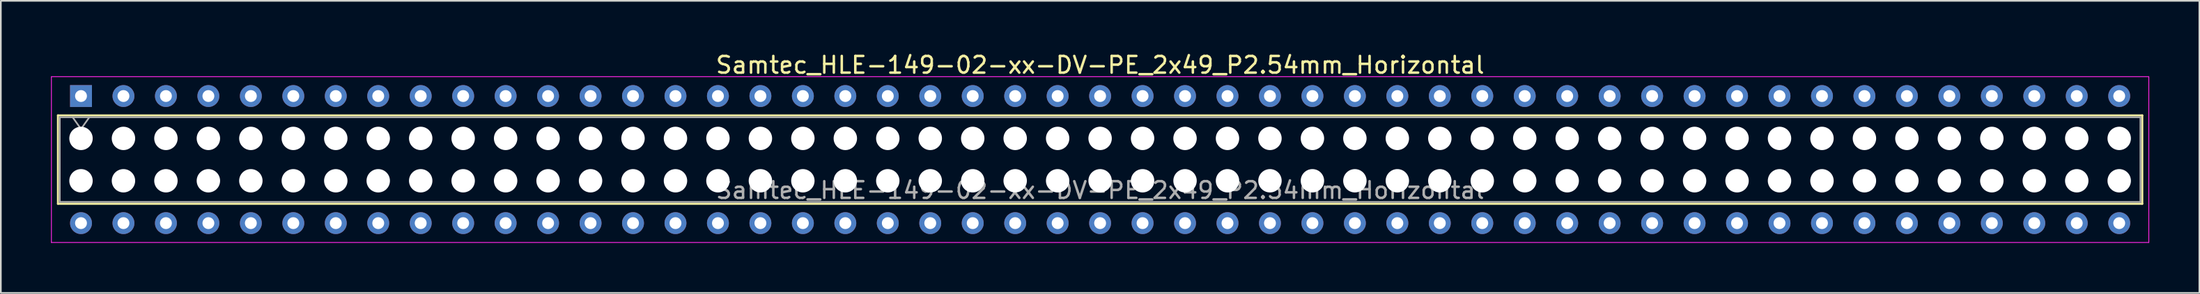
<source format=kicad_pcb>
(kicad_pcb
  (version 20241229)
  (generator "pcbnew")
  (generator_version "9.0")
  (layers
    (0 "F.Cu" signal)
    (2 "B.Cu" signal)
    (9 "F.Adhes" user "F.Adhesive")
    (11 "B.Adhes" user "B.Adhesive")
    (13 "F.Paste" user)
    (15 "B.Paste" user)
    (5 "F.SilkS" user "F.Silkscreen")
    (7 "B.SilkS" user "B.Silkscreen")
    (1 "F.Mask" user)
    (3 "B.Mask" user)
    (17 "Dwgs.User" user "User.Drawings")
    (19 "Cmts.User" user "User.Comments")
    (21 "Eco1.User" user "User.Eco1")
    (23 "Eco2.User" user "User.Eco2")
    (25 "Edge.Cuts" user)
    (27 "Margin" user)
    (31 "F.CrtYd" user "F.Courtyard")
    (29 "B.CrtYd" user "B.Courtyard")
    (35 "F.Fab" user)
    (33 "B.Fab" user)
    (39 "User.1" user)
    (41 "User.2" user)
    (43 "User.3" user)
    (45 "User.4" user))
  (footprint "Samtec_HLE-149-02-xx-DV-PE_2x49_P2.54mm_Horizontal"
    (layer "F.Cu")
    (at 1.795 2.708)
    (property "Reference" "Samtec_HLE-149-02-xx-DV-PE_2x49_P2.54mm_Horizontal" (at 60.96 -1.86 0) (layer "F.SilkS") (effects (font (size 1 1) (thickness 0.15))))
    (attr through_hole)
    (fp_line (start -1.38 1.16) (end 123.3 1.16) (stroke (width 0.12) (type solid)) (layer "F.SilkS"))
    (fp_line (start -1.38 6.46) (end -1.38 1.16) (stroke (width 0.12) (type solid)) (layer "F.SilkS"))
    (fp_line (start 123.3 1.16) (end 123.3 6.46) (stroke (width 0.12) (type solid)) (layer "F.SilkS"))
    (fp_line (start 123.3 6.46) (end -1.38 6.46) (stroke (width 0.12) (type solid)) (layer "F.SilkS"))
    (fp_line (start -1.77 -1.16) (end 123.69 -1.16) (stroke (width 0.05) (type solid)) (layer "F.CrtYd"))
    (fp_line (start -1.77 8.78) (end -1.77 -1.16) (stroke (width 0.05) (type solid)) (layer "F.CrtYd"))
    (fp_line (start 123.69 -1.16) (end 123.69 8.78) (stroke (width 0.05) (type solid)) (layer "F.CrtYd"))
    (fp_line (start 123.69 8.78) (end -1.77 8.78) (stroke (width 0.05) (type solid)) (layer "F.CrtYd"))
    (fp_line (start -1.27 1.27) (end 123.19 1.27) (stroke (width 0.1) (type solid)) (layer "F.Fab"))
    (fp_line (start -1.27 6.35) (end -1.27 1.27) (stroke (width 0.1) (type solid)) (layer "F.Fab"))
    (fp_line (start -0.5 1.27) (end 0 1.977) (stroke (width 0.1) (type solid)) (layer "F.Fab"))
    (fp_line (start 0 1.977) (end 0.5 1.27) (stroke (width 0.1) (type solid)) (layer "F.Fab"))
    (fp_line (start 123.19 1.27) (end 123.19 6.35) (stroke (width 0.1) (type solid)) (layer "F.Fab"))
    (fp_line (start 123.19 6.35) (end -1.27 6.35) (stroke (width 0.1) (type solid)) (layer "F.Fab"))
    (fp_text user "${REFERENCE}" (at 60.96 5.65 0) (layer "F.Fab") (effects (font (size 1 1) (thickness 0.15))))
    (pad "" np_thru_hole circle (at 0 2.54) (size 1.4 1.4) (drill 1.4) (layers "*.Cu" "*.Mask"))
    (pad "" np_thru_hole circle (at 0 5.08) (size 1.4 1.4) (drill 1.4) (layers "*.Cu" "*.Mask"))
    (pad "" np_thru_hole circle (at 2.54 2.54) (size 1.4 1.4) (drill 1.4) (layers "*.Cu" "*.Mask"))
    (pad "" np_thru_hole circle (at 2.54 5.08) (size 1.4 1.4) (drill 1.4) (layers "*.Cu" "*.Mask"))
    (pad "" np_thru_hole circle (at 5.08 2.54) (size 1.4 1.4) (drill 1.4) (layers "*.Cu" "*.Mask"))
    (pad "" np_thru_hole circle (at 5.08 5.08) (size 1.4 1.4) (drill 1.4) (layers "*.Cu" "*.Mask"))
    (pad "" np_thru_hole circle (at 7.62 2.54) (size 1.4 1.4) (drill 1.4) (layers "*.Cu" "*.Mask"))
    (pad "" np_thru_hole circle (at 7.62 5.08) (size 1.4 1.4) (drill 1.4) (layers "*.Cu" "*.Mask"))
    (pad "" np_thru_hole circle (at 10.16 2.54) (size 1.4 1.4) (drill 1.4) (layers "*.Cu" "*.Mask"))
    (pad "" np_thru_hole circle (at 10.16 5.08) (size 1.4 1.4) (drill 1.4) (layers "*.Cu" "*.Mask"))
    (pad "" np_thru_hole circle (at 12.7 2.54) (size 1.4 1.4) (drill 1.4) (layers "*.Cu" "*.Mask"))
    (pad "" np_thru_hole circle (at 12.7 5.08) (size 1.4 1.4) (drill 1.4) (layers "*.Cu" "*.Mask"))
    (pad "" np_thru_hole circle (at 15.24 2.54) (size 1.4 1.4) (drill 1.4) (layers "*.Cu" "*.Mask"))
    (pad "" np_thru_hole circle (at 15.24 5.08) (size 1.4 1.4) (drill 1.4) (layers "*.Cu" "*.Mask"))
    (pad "" np_thru_hole circle (at 17.78 2.54) (size 1.4 1.4) (drill 1.4) (layers "*.Cu" "*.Mask"))
    (pad "" np_thru_hole circle (at 17.78 5.08) (size 1.4 1.4) (drill 1.4) (layers "*.Cu" "*.Mask"))
    (pad "" np_thru_hole circle (at 20.32 2.54) (size 1.4 1.4) (drill 1.4) (layers "*.Cu" "*.Mask"))
    (pad "" np_thru_hole circle (at 20.32 5.08) (size 1.4 1.4) (drill 1.4) (layers "*.Cu" "*.Mask"))
    (pad "" np_thru_hole circle (at 22.86 2.54) (size 1.4 1.4) (drill 1.4) (layers "*.Cu" "*.Mask"))
    (pad "" np_thru_hole circle (at 22.86 5.08) (size 1.4 1.4) (drill 1.4) (layers "*.Cu" "*.Mask"))
    (pad "" np_thru_hole circle (at 25.4 2.54) (size 1.4 1.4) (drill 1.4) (layers "*.Cu" "*.Mask"))
    (pad "" np_thru_hole circle (at 25.4 5.08) (size 1.4 1.4) (drill 1.4) (layers "*.Cu" "*.Mask"))
    (pad "" np_thru_hole circle (at 27.94 2.54) (size 1.4 1.4) (drill 1.4) (layers "*.Cu" "*.Mask"))
    (pad "" np_thru_hole circle (at 27.94 5.08) (size 1.4 1.4) (drill 1.4) (layers "*.Cu" "*.Mask"))
    (pad "" np_thru_hole circle (at 30.48 2.54) (size 1.4 1.4) (drill 1.4) (layers "*.Cu" "*.Mask"))
    (pad "" np_thru_hole circle (at 30.48 5.08) (size 1.4 1.4) (drill 1.4) (layers "*.Cu" "*.Mask"))
    (pad "" np_thru_hole circle (at 33.02 2.54) (size 1.4 1.4) (drill 1.4) (layers "*.Cu" "*.Mask"))
    (pad "" np_thru_hole circle (at 33.02 5.08) (size 1.4 1.4) (drill 1.4) (layers "*.Cu" "*.Mask"))
    (pad "" np_thru_hole circle (at 35.56 2.54) (size 1.4 1.4) (drill 1.4) (layers "*.Cu" "*.Mask"))
    (pad "" np_thru_hole circle (at 35.56 5.08) (size 1.4 1.4) (drill 1.4) (layers "*.Cu" "*.Mask"))
    (pad "" np_thru_hole circle (at 38.1 2.54) (size 1.4 1.4) (drill 1.4) (layers "*.Cu" "*.Mask"))
    (pad "" np_thru_hole circle (at 38.1 5.08) (size 1.4 1.4) (drill 1.4) (layers "*.Cu" "*.Mask"))
    (pad "" np_thru_hole circle (at 40.64 2.54) (size 1.4 1.4) (drill 1.4) (layers "*.Cu" "*.Mask"))
    (pad "" np_thru_hole circle (at 40.64 5.08) (size 1.4 1.4) (drill 1.4) (layers "*.Cu" "*.Mask"))
    (pad "" np_thru_hole circle (at 43.18 2.54) (size 1.4 1.4) (drill 1.4) (layers "*.Cu" "*.Mask"))
    (pad "" np_thru_hole circle (at 43.18 5.08) (size 1.4 1.4) (drill 1.4) (layers "*.Cu" "*.Mask"))
    (pad "" np_thru_hole circle (at 45.72 2.54) (size 1.4 1.4) (drill 1.4) (layers "*.Cu" "*.Mask"))
    (pad "" np_thru_hole circle (at 45.72 5.08) (size 1.4 1.4) (drill 1.4) (layers "*.Cu" "*.Mask"))
    (pad "" np_thru_hole circle (at 48.26 2.54) (size 1.4 1.4) (drill 1.4) (layers "*.Cu" "*.Mask"))
    (pad "" np_thru_hole circle (at 48.26 5.08) (size 1.4 1.4) (drill 1.4) (layers "*.Cu" "*.Mask"))
    (pad "" np_thru_hole circle (at 50.8 2.54) (size 1.4 1.4) (drill 1.4) (layers "*.Cu" "*.Mask"))
    (pad "" np_thru_hole circle (at 50.8 5.08) (size 1.4 1.4) (drill 1.4) (layers "*.Cu" "*.Mask"))
    (pad "" np_thru_hole circle (at 53.34 2.54) (size 1.4 1.4) (drill 1.4) (layers "*.Cu" "*.Mask"))
    (pad "" np_thru_hole circle (at 53.34 5.08) (size 1.4 1.4) (drill 1.4) (layers "*.Cu" "*.Mask"))
    (pad "" np_thru_hole circle (at 55.88 2.54) (size 1.4 1.4) (drill 1.4) (layers "*.Cu" "*.Mask"))
    (pad "" np_thru_hole circle (at 55.88 5.08) (size 1.4 1.4) (drill 1.4) (layers "*.Cu" "*.Mask"))
    (pad "" np_thru_hole circle (at 58.42 2.54) (size 1.4 1.4) (drill 1.4) (layers "*.Cu" "*.Mask"))
    (pad "" np_thru_hole circle (at 58.42 5.08) (size 1.4 1.4) (drill 1.4) (layers "*.Cu" "*.Mask"))
    (pad "" np_thru_hole circle (at 60.96 2.54) (size 1.4 1.4) (drill 1.4) (layers "*.Cu" "*.Mask"))
    (pad "" np_thru_hole circle (at 60.96 5.08) (size 1.4 1.4) (drill 1.4) (layers "*.Cu" "*.Mask"))
    (pad "" np_thru_hole circle (at 63.5 2.54) (size 1.4 1.4) (drill 1.4) (layers "*.Cu" "*.Mask"))
    (pad "" np_thru_hole circle (at 63.5 5.08) (size 1.4 1.4) (drill 1.4) (layers "*.Cu" "*.Mask"))
    (pad "" np_thru_hole circle (at 66.04 2.54) (size 1.4 1.4) (drill 1.4) (layers "*.Cu" "*.Mask"))
    (pad "" np_thru_hole circle (at 66.04 5.08) (size 1.4 1.4) (drill 1.4) (layers "*.Cu" "*.Mask"))
    (pad "" np_thru_hole circle (at 68.58 2.54) (size 1.4 1.4) (drill 1.4) (layers "*.Cu" "*.Mask"))
    (pad "" np_thru_hole circle (at 68.58 5.08) (size 1.4 1.4) (drill 1.4) (layers "*.Cu" "*.Mask"))
    (pad "" np_thru_hole circle (at 71.12 2.54) (size 1.4 1.4) (drill 1.4) (layers "*.Cu" "*.Mask"))
    (pad "" np_thru_hole circle (at 71.12 5.08) (size 1.4 1.4) (drill 1.4) (layers "*.Cu" "*.Mask"))
    (pad "" np_thru_hole circle (at 73.66 2.54) (size 1.4 1.4) (drill 1.4) (layers "*.Cu" "*.Mask"))
    (pad "" np_thru_hole circle (at 73.66 5.08) (size 1.4 1.4) (drill 1.4) (layers "*.Cu" "*.Mask"))
    (pad "" np_thru_hole circle (at 76.2 2.54) (size 1.4 1.4) (drill 1.4) (layers "*.Cu" "*.Mask"))
    (pad "" np_thru_hole circle (at 76.2 5.08) (size 1.4 1.4) (drill 1.4) (layers "*.Cu" "*.Mask"))
    (pad "" np_thru_hole circle (at 78.74 2.54) (size 1.4 1.4) (drill 1.4) (layers "*.Cu" "*.Mask"))
    (pad "" np_thru_hole circle (at 78.74 5.08) (size 1.4 1.4) (drill 1.4) (layers "*.Cu" "*.Mask"))
    (pad "" np_thru_hole circle (at 81.28 2.54) (size 1.4 1.4) (drill 1.4) (layers "*.Cu" "*.Mask"))
    (pad "" np_thru_hole circle (at 81.28 5.08) (size 1.4 1.4) (drill 1.4) (layers "*.Cu" "*.Mask"))
    (pad "" np_thru_hole circle (at 83.82 2.54) (size 1.4 1.4) (drill 1.4) (layers "*.Cu" "*.Mask"))
    (pad "" np_thru_hole circle (at 83.82 5.08) (size 1.4 1.4) (drill 1.4) (layers "*.Cu" "*.Mask"))
    (pad "" np_thru_hole circle (at 86.36 2.54) (size 1.4 1.4) (drill 1.4) (layers "*.Cu" "*.Mask"))
    (pad "" np_thru_hole circle (at 86.36 5.08) (size 1.4 1.4) (drill 1.4) (layers "*.Cu" "*.Mask"))
    (pad "" np_thru_hole circle (at 88.9 2.54) (size 1.4 1.4) (drill 1.4) (layers "*.Cu" "*.Mask"))
    (pad "" np_thru_hole circle (at 88.9 5.08) (size 1.4 1.4) (drill 1.4) (layers "*.Cu" "*.Mask"))
    (pad "" np_thru_hole circle (at 91.44 2.54) (size 1.4 1.4) (drill 1.4) (layers "*.Cu" "*.Mask"))
    (pad "" np_thru_hole circle (at 91.44 5.08) (size 1.4 1.4) (drill 1.4) (layers "*.Cu" "*.Mask"))
    (pad "" np_thru_hole circle (at 93.98 2.54) (size 1.4 1.4) (drill 1.4) (layers "*.Cu" "*.Mask"))
    (pad "" np_thru_hole circle (at 93.98 5.08) (size 1.4 1.4) (drill 1.4) (layers "*.Cu" "*.Mask"))
    (pad "" np_thru_hole circle (at 96.52 2.54) (size 1.4 1.4) (drill 1.4) (layers "*.Cu" "*.Mask"))
    (pad "" np_thru_hole circle (at 96.52 5.08) (size 1.4 1.4) (drill 1.4) (layers "*.Cu" "*.Mask"))
    (pad "" np_thru_hole circle (at 99.06 2.54) (size 1.4 1.4) (drill 1.4) (layers "*.Cu" "*.Mask"))
    (pad "" np_thru_hole circle (at 99.06 5.08) (size 1.4 1.4) (drill 1.4) (layers "*.Cu" "*.Mask"))
    (pad "" np_thru_hole circle (at 101.6 2.54) (size 1.4 1.4) (drill 1.4) (layers "*.Cu" "*.Mask"))
    (pad "" np_thru_hole circle (at 101.6 5.08) (size 1.4 1.4) (drill 1.4) (layers "*.Cu" "*.Mask"))
    (pad "" np_thru_hole circle (at 104.14 2.54) (size 1.4 1.4) (drill 1.4) (layers "*.Cu" "*.Mask"))
    (pad "" np_thru_hole circle (at 104.14 5.08) (size 1.4 1.4) (drill 1.4) (layers "*.Cu" "*.Mask"))
    (pad "" np_thru_hole circle (at 106.68 2.54) (size 1.4 1.4) (drill 1.4) (layers "*.Cu" "*.Mask"))
    (pad "" np_thru_hole circle (at 106.68 5.08) (size 1.4 1.4) (drill 1.4) (layers "*.Cu" "*.Mask"))
    (pad "" np_thru_hole circle (at 109.22 2.54) (size 1.4 1.4) (drill 1.4) (layers "*.Cu" "*.Mask"))
    (pad "" np_thru_hole circle (at 109.22 5.08) (size 1.4 1.4) (drill 1.4) (layers "*.Cu" "*.Mask"))
    (pad "" np_thru_hole circle (at 111.76 2.54) (size 1.4 1.4) (drill 1.4) (layers "*.Cu" "*.Mask"))
    (pad "" np_thru_hole circle (at 111.76 5.08) (size 1.4 1.4) (drill 1.4) (layers "*.Cu" "*.Mask"))
    (pad "" np_thru_hole circle (at 114.3 2.54) (size 1.4 1.4) (drill 1.4) (layers "*.Cu" "*.Mask"))
    (pad "" np_thru_hole circle (at 114.3 5.08) (size 1.4 1.4) (drill 1.4) (layers "*.Cu" "*.Mask"))
    (pad "" np_thru_hole circle (at 116.84 2.54) (size 1.4 1.4) (drill 1.4) (layers "*.Cu" "*.Mask"))
    (pad "" np_thru_hole circle (at 116.84 5.08) (size 1.4 1.4) (drill 1.4) (layers "*.Cu" "*.Mask"))
    (pad "" np_thru_hole circle (at 119.38 2.54) (size 1.4 1.4) (drill 1.4) (layers "*.Cu" "*.Mask"))
    (pad "" np_thru_hole circle (at 119.38 5.08) (size 1.4 1.4) (drill 1.4) (layers "*.Cu" "*.Mask"))
    (pad "" np_thru_hole circle (at 121.92 2.54) (size 1.4 1.4) (drill 1.4) (layers "*.Cu" "*.Mask"))
    (pad "" np_thru_hole circle (at 121.92 5.08) (size 1.4 1.4) (drill 1.4) (layers "*.Cu" "*.Mask"))
    (pad "1" thru_hole rect (at 0 0) (size 1.31 1.31) (drill 0.71) (layers "*.Cu" "*.Mask"))
    (pad "2" thru_hole circle (at 0 7.62) (size 1.31 1.31) (drill 0.71) (layers "*.Cu" "*.Mask"))
    (pad "3" thru_hole circle (at 2.54 0) (size 1.31 1.31) (drill 0.71) (layers "*.Cu" "*.Mask"))
    (pad "4" thru_hole circle (at 2.54 7.62) (size 1.31 1.31) (drill 0.71) (layers "*.Cu" "*.Mask"))
    (pad "5" thru_hole circle (at 5.08 0) (size 1.31 1.31) (drill 0.71) (layers "*.Cu" "*.Mask"))
    (pad "6" thru_hole circle (at 5.08 7.62) (size 1.31 1.31) (drill 0.71) (layers "*.Cu" "*.Mask"))
    (pad "7" thru_hole circle (at 7.62 0) (size 1.31 1.31) (drill 0.71) (layers "*.Cu" "*.Mask"))
    (pad "8" thru_hole circle (at 7.62 7.62) (size 1.31 1.31) (drill 0.71) (layers "*.Cu" "*.Mask"))
    (pad "9" thru_hole circle (at 10.16 0) (size 1.31 1.31) (drill 0.71) (layers "*.Cu" "*.Mask"))
    (pad "10" thru_hole circle (at 10.16 7.62) (size 1.31 1.31) (drill 0.71) (layers "*.Cu" "*.Mask"))
    (pad "11" thru_hole circle (at 12.7 0) (size 1.31 1.31) (drill 0.71) (layers "*.Cu" "*.Mask"))
    (pad "12" thru_hole circle (at 12.7 7.62) (size 1.31 1.31) (drill 0.71) (layers "*.Cu" "*.Mask"))
    (pad "13" thru_hole circle (at 15.24 0) (size 1.31 1.31) (drill 0.71) (layers "*.Cu" "*.Mask"))
    (pad "14" thru_hole circle (at 15.24 7.62) (size 1.31 1.31) (drill 0.71) (layers "*.Cu" "*.Mask"))
    (pad "15" thru_hole circle (at 17.78 0) (size 1.31 1.31) (drill 0.71) (layers "*.Cu" "*.Mask"))
    (pad "16" thru_hole circle (at 17.78 7.62) (size 1.31 1.31) (drill 0.71) (layers "*.Cu" "*.Mask"))
    (pad "17" thru_hole circle (at 20.32 0) (size 1.31 1.31) (drill 0.71) (layers "*.Cu" "*.Mask"))
    (pad "18" thru_hole circle (at 20.32 7.62) (size 1.31 1.31) (drill 0.71) (layers "*.Cu" "*.Mask"))
    (pad "19" thru_hole circle (at 22.86 0) (size 1.31 1.31) (drill 0.71) (layers "*.Cu" "*.Mask"))
    (pad "20" thru_hole circle (at 22.86 7.62) (size 1.31 1.31) (drill 0.71) (layers "*.Cu" "*.Mask"))
    (pad "21" thru_hole circle (at 25.4 0) (size 1.31 1.31) (drill 0.71) (layers "*.Cu" "*.Mask"))
    (pad "22" thru_hole circle (at 25.4 7.62) (size 1.31 1.31) (drill 0.71) (layers "*.Cu" "*.Mask"))
    (pad "23" thru_hole circle (at 27.94 0) (size 1.31 1.31) (drill 0.71) (layers "*.Cu" "*.Mask"))
    (pad "24" thru_hole circle (at 27.94 7.62) (size 1.31 1.31) (drill 0.71) (layers "*.Cu" "*.Mask"))
    (pad "25" thru_hole circle (at 30.48 0) (size 1.31 1.31) (drill 0.71) (layers "*.Cu" "*.Mask"))
    (pad "26" thru_hole circle (at 30.48 7.62) (size 1.31 1.31) (drill 0.71) (layers "*.Cu" "*.Mask"))
    (pad "27" thru_hole circle (at 33.02 0) (size 1.31 1.31) (drill 0.71) (layers "*.Cu" "*.Mask"))
    (pad "28" thru_hole circle (at 33.02 7.62) (size 1.31 1.31) (drill 0.71) (layers "*.Cu" "*.Mask"))
    (pad "29" thru_hole circle (at 35.56 0) (size 1.31 1.31) (drill 0.71) (layers "*.Cu" "*.Mask"))
    (pad "30" thru_hole circle (at 35.56 7.62) (size 1.31 1.31) (drill 0.71) (layers "*.Cu" "*.Mask"))
    (pad "31" thru_hole circle (at 38.1 0) (size 1.31 1.31) (drill 0.71) (layers "*.Cu" "*.Mask"))
    (pad "32" thru_hole circle (at 38.1 7.62) (size 1.31 1.31) (drill 0.71) (layers "*.Cu" "*.Mask"))
    (pad "33" thru_hole circle (at 40.64 0) (size 1.31 1.31) (drill 0.71) (layers "*.Cu" "*.Mask"))
    (pad "34" thru_hole circle (at 40.64 7.62) (size 1.31 1.31) (drill 0.71) (layers "*.Cu" "*.Mask"))
    (pad "35" thru_hole circle (at 43.18 0) (size 1.31 1.31) (drill 0.71) (layers "*.Cu" "*.Mask"))
    (pad "36" thru_hole circle (at 43.18 7.62) (size 1.31 1.31) (drill 0.71) (layers "*.Cu" "*.Mask"))
    (pad "37" thru_hole circle (at 45.72 0) (size 1.31 1.31) (drill 0.71) (layers "*.Cu" "*.Mask"))
    (pad "38" thru_hole circle (at 45.72 7.62) (size 1.31 1.31) (drill 0.71) (layers "*.Cu" "*.Mask"))
    (pad "39" thru_hole circle (at 48.26 0) (size 1.31 1.31) (drill 0.71) (layers "*.Cu" "*.Mask"))
    (pad "40" thru_hole circle (at 48.26 7.62) (size 1.31 1.31) (drill 0.71) (layers "*.Cu" "*.Mask"))
    (pad "41" thru_hole circle (at 50.8 0) (size 1.31 1.31) (drill 0.71) (layers "*.Cu" "*.Mask"))
    (pad "42" thru_hole circle (at 50.8 7.62) (size 1.31 1.31) (drill 0.71) (layers "*.Cu" "*.Mask"))
    (pad "43" thru_hole circle (at 53.34 0) (size 1.31 1.31) (drill 0.71) (layers "*.Cu" "*.Mask"))
    (pad "44" thru_hole circle (at 53.34 7.62) (size 1.31 1.31) (drill 0.71) (layers "*.Cu" "*.Mask"))
    (pad "45" thru_hole circle (at 55.88 0) (size 1.31 1.31) (drill 0.71) (layers "*.Cu" "*.Mask"))
    (pad "46" thru_hole circle (at 55.88 7.62) (size 1.31 1.31) (drill 0.71) (layers "*.Cu" "*.Mask"))
    (pad "47" thru_hole circle (at 58.42 0) (size 1.31 1.31) (drill 0.71) (layers "*.Cu" "*.Mask"))
    (pad "48" thru_hole circle (at 58.42 7.62) (size 1.31 1.31) (drill 0.71) (layers "*.Cu" "*.Mask"))
    (pad "49" thru_hole circle (at 60.96 0) (size 1.31 1.31) (drill 0.71) (layers "*.Cu" "*.Mask"))
    (pad "50" thru_hole circle (at 60.96 7.62) (size 1.31 1.31) (drill 0.71) (layers "*.Cu" "*.Mask"))
    (pad "51" thru_hole circle (at 63.5 0) (size 1.31 1.31) (drill 0.71) (layers "*.Cu" "*.Mask"))
    (pad "52" thru_hole circle (at 63.5 7.62) (size 1.31 1.31) (drill 0.71) (layers "*.Cu" "*.Mask"))
    (pad "53" thru_hole circle (at 66.04 0) (size 1.31 1.31) (drill 0.71) (layers "*.Cu" "*.Mask"))
    (pad "54" thru_hole circle (at 66.04 7.62) (size 1.31 1.31) (drill 0.71) (layers "*.Cu" "*.Mask"))
    (pad "55" thru_hole circle (at 68.58 0) (size 1.31 1.31) (drill 0.71) (layers "*.Cu" "*.Mask"))
    (pad "56" thru_hole circle (at 68.58 7.62) (size 1.31 1.31) (drill 0.71) (layers "*.Cu" "*.Mask"))
    (pad "57" thru_hole circle (at 71.12 0) (size 1.31 1.31) (drill 0.71) (layers "*.Cu" "*.Mask"))
    (pad "58" thru_hole circle (at 71.12 7.62) (size 1.31 1.31) (drill 0.71) (layers "*.Cu" "*.Mask"))
    (pad "59" thru_hole circle (at 73.66 0) (size 1.31 1.31) (drill 0.71) (layers "*.Cu" "*.Mask"))
    (pad "60" thru_hole circle (at 73.66 7.62) (size 1.31 1.31) (drill 0.71) (layers "*.Cu" "*.Mask"))
    (pad "61" thru_hole circle (at 76.2 0) (size 1.31 1.31) (drill 0.71) (layers "*.Cu" "*.Mask"))
    (pad "62" thru_hole circle (at 76.2 7.62) (size 1.31 1.31) (drill 0.71) (layers "*.Cu" "*.Mask"))
    (pad "63" thru_hole circle (at 78.74 0) (size 1.31 1.31) (drill 0.71) (layers "*.Cu" "*.Mask"))
    (pad "64" thru_hole circle (at 78.74 7.62) (size 1.31 1.31) (drill 0.71) (layers "*.Cu" "*.Mask"))
    (pad "65" thru_hole circle (at 81.28 0) (size 1.31 1.31) (drill 0.71) (layers "*.Cu" "*.Mask"))
    (pad "66" thru_hole circle (at 81.28 7.62) (size 1.31 1.31) (drill 0.71) (layers "*.Cu" "*.Mask"))
    (pad "67" thru_hole circle (at 83.82 0) (size 1.31 1.31) (drill 0.71) (layers "*.Cu" "*.Mask"))
    (pad "68" thru_hole circle (at 83.82 7.62) (size 1.31 1.31) (drill 0.71) (layers "*.Cu" "*.Mask"))
    (pad "69" thru_hole circle (at 86.36 0) (size 1.31 1.31) (drill 0.71) (layers "*.Cu" "*.Mask"))
    (pad "70" thru_hole circle (at 86.36 7.62) (size 1.31 1.31) (drill 0.71) (layers "*.Cu" "*.Mask"))
    (pad "71" thru_hole circle (at 88.9 0) (size 1.31 1.31) (drill 0.71) (layers "*.Cu" "*.Mask"))
    (pad "72" thru_hole circle (at 88.9 7.62) (size 1.31 1.31) (drill 0.71) (layers "*.Cu" "*.Mask"))
    (pad "73" thru_hole circle (at 91.44 0) (size 1.31 1.31) (drill 0.71) (layers "*.Cu" "*.Mask"))
    (pad "74" thru_hole circle (at 91.44 7.62) (size 1.31 1.31) (drill 0.71) (layers "*.Cu" "*.Mask"))
    (pad "75" thru_hole circle (at 93.98 0) (size 1.31 1.31) (drill 0.71) (layers "*.Cu" "*.Mask"))
    (pad "76" thru_hole circle (at 93.98 7.62) (size 1.31 1.31) (drill 0.71) (layers "*.Cu" "*.Mask"))
    (pad "77" thru_hole circle (at 96.52 0) (size 1.31 1.31) (drill 0.71) (layers "*.Cu" "*.Mask"))
    (pad "78" thru_hole circle (at 96.52 7.62) (size 1.31 1.31) (drill 0.71) (layers "*.Cu" "*.Mask"))
    (pad "79" thru_hole circle (at 99.06 0) (size 1.31 1.31) (drill 0.71) (layers "*.Cu" "*.Mask"))
    (pad "80" thru_hole circle (at 99.06 7.62) (size 1.31 1.31) (drill 0.71) (layers "*.Cu" "*.Mask"))
    (pad "81" thru_hole circle (at 101.6 0) (size 1.31 1.31) (drill 0.71) (layers "*.Cu" "*.Mask"))
    (pad "82" thru_hole circle (at 101.6 7.62) (size 1.31 1.31) (drill 0.71) (layers "*.Cu" "*.Mask"))
    (pad "83" thru_hole circle (at 104.14 0) (size 1.31 1.31) (drill 0.71) (layers "*.Cu" "*.Mask"))
    (pad "84" thru_hole circle (at 104.14 7.62) (size 1.31 1.31) (drill 0.71) (layers "*.Cu" "*.Mask"))
    (pad "85" thru_hole circle (at 106.68 0) (size 1.31 1.31) (drill 0.71) (layers "*.Cu" "*.Mask"))
    (pad "86" thru_hole circle (at 106.68 7.62) (size 1.31 1.31) (drill 0.71) (layers "*.Cu" "*.Mask"))
    (pad "87" thru_hole circle (at 109.22 0) (size 1.31 1.31) (drill 0.71) (layers "*.Cu" "*.Mask"))
    (pad "88" thru_hole circle (at 109.22 7.62) (size 1.31 1.31) (drill 0.71) (layers "*.Cu" "*.Mask"))
    (pad "89" thru_hole circle (at 111.76 0) (size 1.31 1.31) (drill 0.71) (layers "*.Cu" "*.Mask"))
    (pad "90" thru_hole circle (at 111.76 7.62) (size 1.31 1.31) (drill 0.71) (layers "*.Cu" "*.Mask"))
    (pad "91" thru_hole circle (at 114.3 0) (size 1.31 1.31) (drill 0.71) (layers "*.Cu" "*.Mask"))
    (pad "92" thru_hole circle (at 114.3 7.62) (size 1.31 1.31) (drill 0.71) (layers "*.Cu" "*.Mask"))
    (pad "93" thru_hole circle (at 116.84 0) (size 1.31 1.31) (drill 0.71) (layers "*.Cu" "*.Mask"))
    (pad "94" thru_hole circle (at 116.84 7.62) (size 1.31 1.31) (drill 0.71) (layers "*.Cu" "*.Mask"))
    (pad "95" thru_hole circle (at 119.38 0) (size 1.31 1.31) (drill 0.71) (layers "*.Cu" "*.Mask"))
    (pad "96" thru_hole circle (at 119.38 7.62) (size 1.31 1.31) (drill 0.71) (layers "*.Cu" "*.Mask"))
    (pad "97" thru_hole circle (at 121.92 0) (size 1.31 1.31) (drill 0.71) (layers "*.Cu" "*.Mask"))
    (pad "98" thru_hole circle (at 121.92 7.62) (size 1.31 1.31) (drill 0.71) (layers "*.Cu" "*.Mask")))
  (gr_rect
    (start -3 -3)
    (end 128.51 14.513)
    (stroke (width 0.1) (type default))
    (fill no)
    (layer "Edge.Cuts")))
</source>
